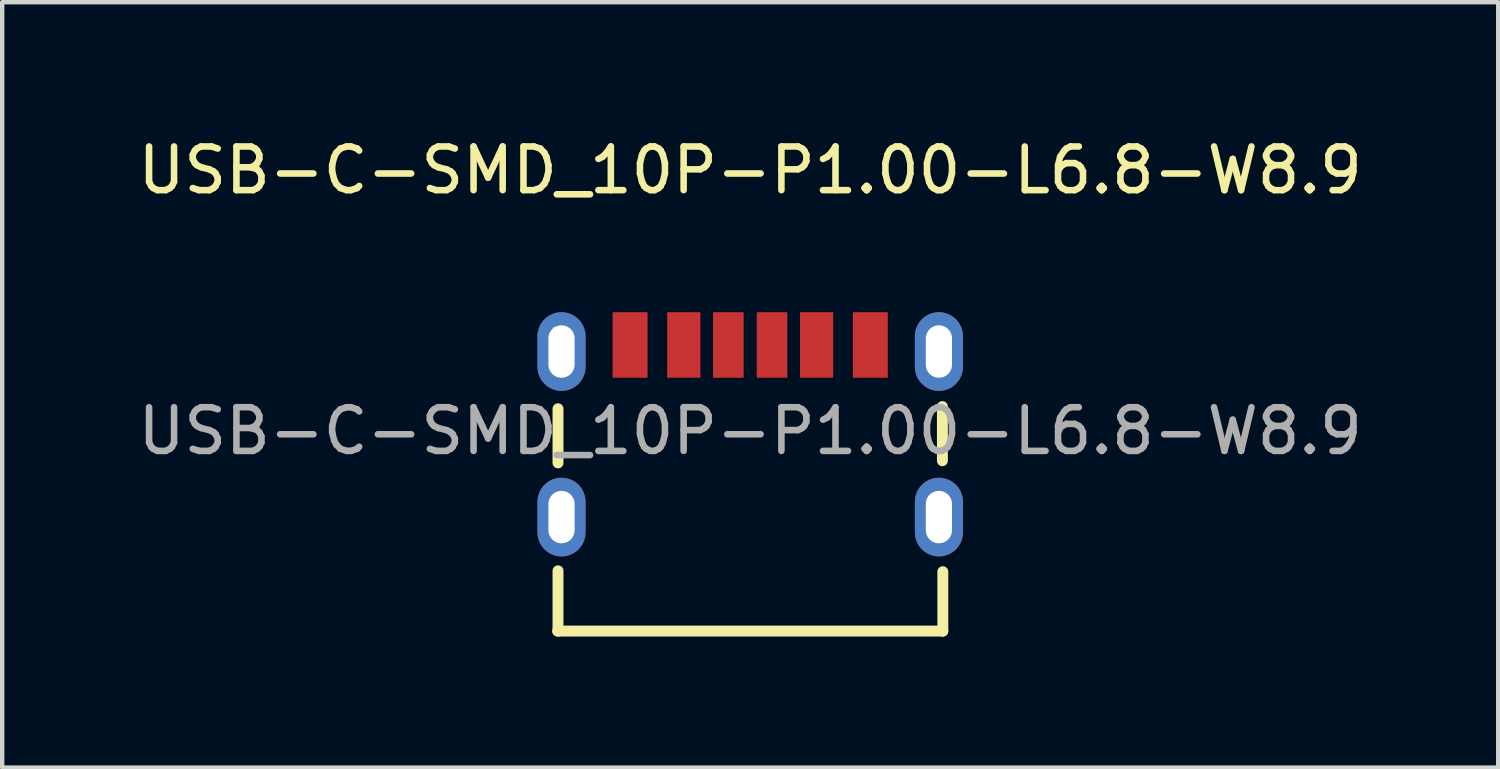
<source format=kicad_pcb>
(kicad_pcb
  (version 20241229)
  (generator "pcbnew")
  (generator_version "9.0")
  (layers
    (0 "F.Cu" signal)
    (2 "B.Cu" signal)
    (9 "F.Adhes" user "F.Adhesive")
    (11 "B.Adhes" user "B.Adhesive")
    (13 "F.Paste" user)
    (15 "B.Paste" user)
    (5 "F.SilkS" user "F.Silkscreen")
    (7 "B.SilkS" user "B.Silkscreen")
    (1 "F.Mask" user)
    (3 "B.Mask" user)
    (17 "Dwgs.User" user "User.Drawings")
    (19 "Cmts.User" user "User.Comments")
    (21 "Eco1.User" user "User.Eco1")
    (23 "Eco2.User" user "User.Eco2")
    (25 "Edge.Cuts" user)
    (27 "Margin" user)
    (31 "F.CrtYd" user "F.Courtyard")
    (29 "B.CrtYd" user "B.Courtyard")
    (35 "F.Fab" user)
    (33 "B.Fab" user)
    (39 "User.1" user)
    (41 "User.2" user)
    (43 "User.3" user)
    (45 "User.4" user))
  (footprint "USB-C-SMD_10P-P1.00-L6.8-W8.9"
    (layer "F.Cu")
    (at 14.125 6.818)
    (property "Reference" "USB-C-SMD_10P-P1.00-L6.8-W8.9" (at 0 -5.97 0) (layer "F.SilkS") (effects (font (size 1 1) (thickness 0.15))))
    (attr smd)
    (fp_line (start -4.41 4.58) (end 4.41 4.58) (stroke (width 0.25) (type solid)) (layer "F.SilkS"))
    (fp_line (start -4.4 -0.51) (end -4.4 0.73) (stroke (width 0.25) (type solid)) (layer "F.SilkS"))
    (fp_line (start -4.4 4.58) (end -4.4 3.2) (stroke (width 0.25) (type solid)) (layer "F.SilkS"))
    (fp_line (start 4.4 -0.56) (end 4.4 0.68) (stroke (width 0.25) (type solid)) (layer "F.SilkS"))
    (fp_line (start 4.41 4.58) (end 4.41 3.22) (stroke (width 0.25) (type solid)) (layer "F.SilkS"))
    (fp_circle (center -4.47 -2.33) (end -4.44 -2.33) (stroke (width 0.06) (type solid)) (fill no) (layer "F.Fab"))
    (fp_text user "${REFERENCE}" (at 0 0 0) (layer "F.Fab") (effects (font (size 1 1) (thickness 0.15))))
    (pad "0" thru_hole oval (at -4.32 -1.82) (size 1.1 1.8) (drill oval 0.6 1.2) (layers "*.Cu" "*.Paste" "*.Mask"))
    (pad "0" thru_hole oval (at -4.32 1.97) (size 1.1 1.8) (drill oval 0.6 1.2) (layers "*.Cu" "*.Paste" "*.Mask"))
    (pad "0" thru_hole oval (at 4.32 -1.82) (size 1.1 1.8) (drill oval 0.6 1.2) (layers "*.Cu" "*.Paste" "*.Mask"))
    (pad "0" thru_hole oval (at 4.32 1.97) (size 1.1 1.8) (drill oval 0.6 1.2) (layers "*.Cu" "*.Paste" "*.Mask"))
    (pad "1" smd rect (at -2.75 -1.97) (size 0.8 1.5) (layers "F.Cu" "F.Mask" "F.Paste"))
    (pad "2" smd rect (at -1.52 -1.97) (size 0.76 1.5) (layers "F.Cu" "F.Mask" "F.Paste"))
    (pad "3" smd rect (at -0.5 -1.97) (size 0.7 1.5) (layers "F.Cu" "F.Mask" "F.Paste"))
    (pad "4" smd rect (at 0.5 -1.97) (size 0.7 1.5) (layers "F.Cu" "F.Mask" "F.Paste"))
    (pad "5" smd rect (at 1.52 -1.97) (size 0.76 1.5) (layers "F.Cu" "F.Mask" "F.Paste"))
    (pad "6" smd rect (at 2.75 -1.97) (size 0.8 1.5) (layers "F.Cu" "F.Mask" "F.Paste")))
  (gr_rect
    (start -3 -3)
    (end 31.25 14.523)
    (stroke (width 0.1) (type default))
    (fill no)
    (layer "Edge.Cuts")))
</source>
